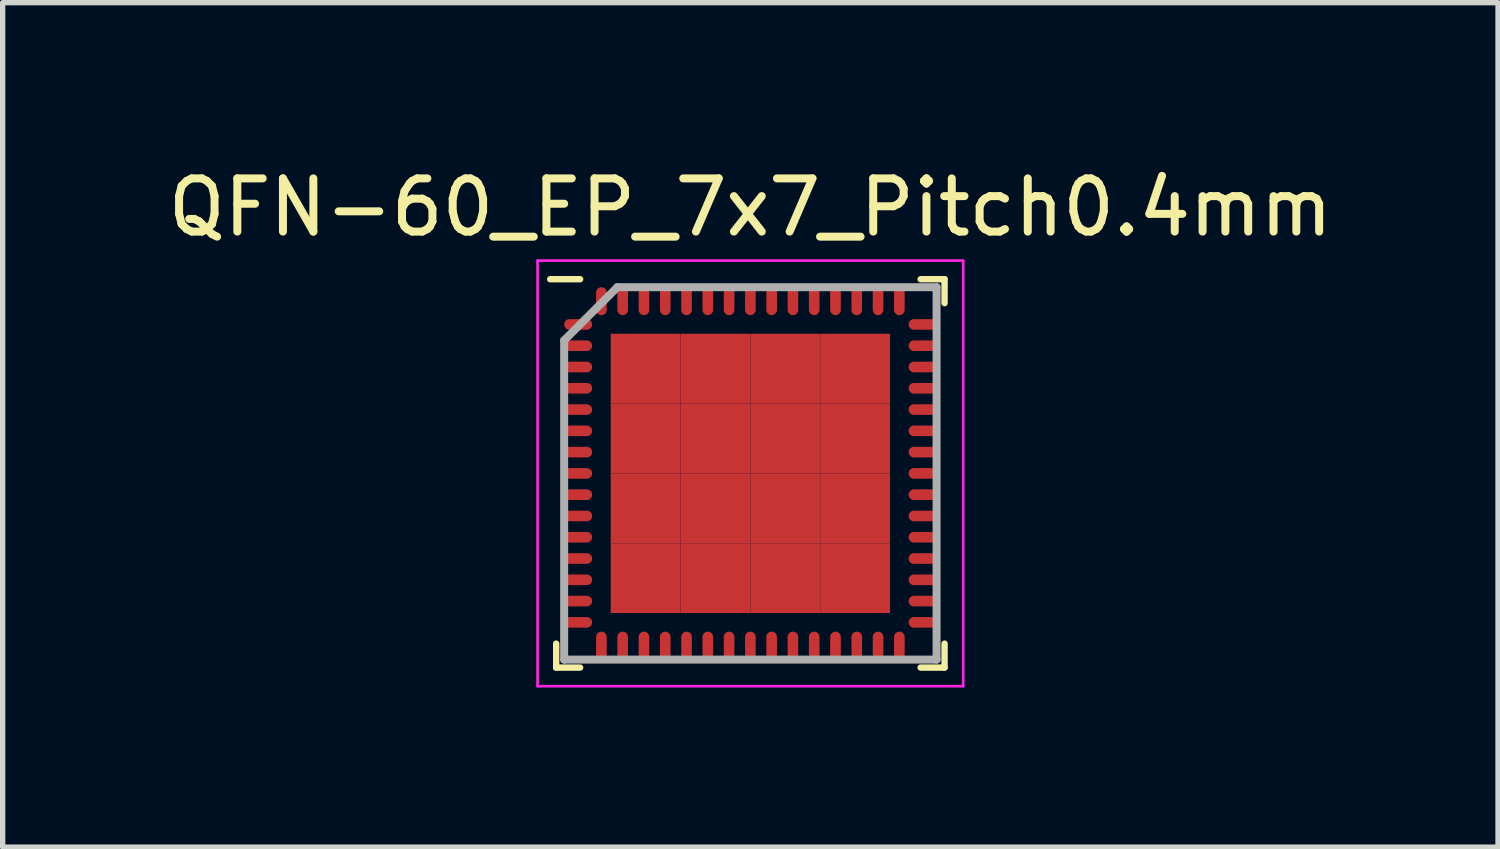
<source format=kicad_pcb>
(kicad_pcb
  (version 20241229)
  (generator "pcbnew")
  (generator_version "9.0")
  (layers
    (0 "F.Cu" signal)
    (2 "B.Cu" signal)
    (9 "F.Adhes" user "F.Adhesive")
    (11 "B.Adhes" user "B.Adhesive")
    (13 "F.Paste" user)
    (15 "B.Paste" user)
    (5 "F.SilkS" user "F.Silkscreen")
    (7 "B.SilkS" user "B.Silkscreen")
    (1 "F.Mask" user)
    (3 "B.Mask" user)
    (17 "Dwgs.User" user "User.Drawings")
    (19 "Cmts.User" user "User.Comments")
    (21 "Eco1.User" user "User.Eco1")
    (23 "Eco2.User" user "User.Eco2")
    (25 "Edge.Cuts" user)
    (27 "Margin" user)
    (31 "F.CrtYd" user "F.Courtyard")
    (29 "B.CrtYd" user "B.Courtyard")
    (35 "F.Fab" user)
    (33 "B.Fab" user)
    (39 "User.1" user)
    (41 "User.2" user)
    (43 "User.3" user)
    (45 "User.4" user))
  (footprint "QFN-60_EP_7x7_Pitch0.4mm"
    (layer "F.Cu")
    (at 11.054 5.848)
    (property "Reference" "QFN-60_EP_7x7_Pitch0.4mm" (at 0 -5 0) (layer "F.SilkS") (effects (font (size 1 1) (thickness 0.15))))
    (attr smd)
    (fp_line (start -3.65 3.65) (end -3.65 3.2) (stroke (width 0.12) (type solid)) (layer "F.SilkS"))
    (fp_line (start -3.2 -3.65) (end -3.763 -3.65) (stroke (width 0.12) (type solid)) (layer "F.SilkS"))
    (fp_line (start -3.2 3.65) (end -3.65 3.65) (stroke (width 0.12) (type solid)) (layer "F.SilkS"))
    (fp_line (start 3.2 -3.65) (end 3.65 -3.65) (stroke (width 0.12) (type solid)) (layer "F.SilkS"))
    (fp_line (start 3.2 3.65) (end 3.65 3.65) (stroke (width 0.12) (type solid)) (layer "F.SilkS"))
    (fp_line (start 3.65 -3.65) (end 3.65 -3.2) (stroke (width 0.12) (type solid)) (layer "F.SilkS"))
    (fp_line (start 3.65 3.65) (end 3.65 3.2) (stroke (width 0.12) (type solid)) (layer "F.SilkS"))
    (fp_line (start -4 -4) (end 4 -4) (stroke (width 0.05) (type solid)) (layer "F.CrtYd"))
    (fp_line (start -4 4) (end -4 -4) (stroke (width 0.05) (type solid)) (layer "F.CrtYd"))
    (fp_line (start 4 -4) (end 4 4) (stroke (width 0.05) (type solid)) (layer "F.CrtYd"))
    (fp_line (start 4 4) (end -4 4) (stroke (width 0.05) (type solid)) (layer "F.CrtYd"))
    (fp_line (start -3.5 -2.5) (end -3.5 3.5) (stroke (width 0.15) (type solid)) (layer "F.Fab"))
    (fp_line (start -3.5 3.5) (end 3.5 3.5) (stroke (width 0.15) (type solid)) (layer "F.Fab"))
    (fp_line (start -2.5 -3.5) (end -3.5 -2.5) (stroke (width 0.15) (type solid)) (layer "F.Fab"))
    (fp_line (start 3.5 -3.5) (end -2.5 -3.5) (stroke (width 0.15) (type solid)) (layer "F.Fab"))
    (fp_line (start 3.5 3.5) (end 3.5 -3.5) (stroke (width 0.15) (type solid)) (layer "F.Fab"))
    (pad "1" smd oval (at -3.237 -2.8 90) (size 0.2 0.525) (layers "F.Cu" "F.Mask" "F.Paste"))
    (pad "2" smd oval (at -3.237 -2.4 90) (size 0.2 0.525) (layers "F.Cu" "F.Mask" "F.Paste"))
    (pad "3" smd oval (at -3.237 -2 90) (size 0.2 0.525) (layers "F.Cu" "F.Mask" "F.Paste"))
    (pad "4" smd oval (at -3.237 -1.6 90) (size 0.2 0.525) (layers "F.Cu" "F.Mask" "F.Paste"))
    (pad "5" smd oval (at -3.237 -1.2 90) (size 0.2 0.525) (layers "F.Cu" "F.Mask" "F.Paste"))
    (pad "6" smd oval (at -3.237 -0.8 90) (size 0.2 0.525) (layers "F.Cu" "F.Mask" "F.Paste"))
    (pad "7" smd oval (at -3.237 -0.4 90) (size 0.2 0.525) (layers "F.Cu" "F.Mask" "F.Paste"))
    (pad "8" smd oval (at -3.237 0 90) (size 0.2 0.525) (layers "F.Cu" "F.Mask" "F.Paste"))
    (pad "9" smd oval (at -3.237 0.4 90) (size 0.2 0.525) (layers "F.Cu" "F.Mask" "F.Paste"))
    (pad "10" smd oval (at -3.237 0.8 90) (size 0.2 0.525) (layers "F.Cu" "F.Mask" "F.Paste"))
    (pad "11" smd oval (at -3.237 1.2 90) (size 0.2 0.525) (layers "F.Cu" "F.Mask" "F.Paste"))
    (pad "12" smd oval (at -3.237 1.6 90) (size 0.2 0.525) (layers "F.Cu" "F.Mask" "F.Paste"))
    (pad "13" smd oval (at -3.237 2 90) (size 0.2 0.525) (layers "F.Cu" "F.Mask" "F.Paste"))
    (pad "14" smd oval (at -3.237 2.4 90) (size 0.2 0.525) (layers "F.Cu" "F.Mask" "F.Paste"))
    (pad "15" smd oval (at -3.237 2.8 90) (size 0.2 0.525) (layers "F.Cu" "F.Mask" "F.Paste"))
    (pad "16" smd oval (at -2.8 3.237) (size 0.2 0.525) (layers "F.Cu" "F.Mask" "F.Paste"))
    (pad "17" smd oval (at -2.4 3.237) (size 0.2 0.525) (layers "F.Cu" "F.Mask" "F.Paste"))
    (pad "18" smd oval (at -2 3.237) (size 0.2 0.525) (layers "F.Cu" "F.Mask" "F.Paste"))
    (pad "19" smd oval (at -1.6 3.237) (size 0.2 0.525) (layers "F.Cu" "F.Mask" "F.Paste"))
    (pad "20" smd oval (at -1.2 3.237) (size 0.2 0.525) (layers "F.Cu" "F.Mask" "F.Paste"))
    (pad "21" smd oval (at -0.8 3.237) (size 0.2 0.525) (layers "F.Cu" "F.Mask" "F.Paste"))
    (pad "22" smd oval (at -0.4 3.237) (size 0.2 0.525) (layers "F.Cu" "F.Mask" "F.Paste"))
    (pad "23" smd oval (at 0 3.237) (size 0.2 0.525) (layers "F.Cu" "F.Mask" "F.Paste"))
    (pad "24" smd oval (at 0.4 3.237) (size 0.2 0.525) (layers "F.Cu" "F.Mask" "F.Paste"))
    (pad "25" smd oval (at 0.8 3.237) (size 0.2 0.525) (layers "F.Cu" "F.Mask" "F.Paste"))
    (pad "26" smd oval (at 1.2 3.237) (size 0.2 0.525) (layers "F.Cu" "F.Mask" "F.Paste"))
    (pad "27" smd oval (at 1.6 3.237) (size 0.2 0.525) (layers "F.Cu" "F.Mask" "F.Paste"))
    (pad "28" smd oval (at 2 3.237) (size 0.2 0.525) (layers "F.Cu" "F.Mask" "F.Paste"))
    (pad "29" smd oval (at 2.4 3.237) (size 0.2 0.525) (layers "F.Cu" "F.Mask" "F.Paste"))
    (pad "30" smd oval (at 2.8 3.237) (size 0.2 0.525) (layers "F.Cu" "F.Mask" "F.Paste"))
    (pad "31" smd oval (at 3.237 2.8 90) (size 0.2 0.525) (layers "F.Cu" "F.Mask" "F.Paste"))
    (pad "32" smd oval (at 3.237 2.4 90) (size 0.2 0.525) (layers "F.Cu" "F.Mask" "F.Paste"))
    (pad "33" smd oval (at 3.237 2 90) (size 0.2 0.525) (layers "F.Cu" "F.Mask" "F.Paste"))
    (pad "34" smd oval (at 3.237 1.6 90) (size 0.2 0.525) (layers "F.Cu" "F.Mask" "F.Paste"))
    (pad "35" smd oval (at 3.237 1.2 90) (size 0.2 0.525) (layers "F.Cu" "F.Mask" "F.Paste"))
    (pad "36" smd oval (at 3.237 0.8 90) (size 0.2 0.525) (layers "F.Cu" "F.Mask" "F.Paste"))
    (pad "37" smd oval (at 3.237 0.4 90) (size 0.2 0.525) (layers "F.Cu" "F.Mask" "F.Paste"))
    (pad "38" smd oval (at 3.237 0 90) (size 0.2 0.525) (layers "F.Cu" "F.Mask" "F.Paste"))
    (pad "39" smd oval (at 3.237 -0.4 90) (size 0.2 0.525) (layers "F.Cu" "F.Mask" "F.Paste"))
    (pad "40" smd oval (at 3.237 -0.8 90) (size 0.2 0.525) (layers "F.Cu" "F.Mask" "F.Paste"))
    (pad "41" smd oval (at 3.237 -1.2 90) (size 0.2 0.525) (layers "F.Cu" "F.Mask" "F.Paste"))
    (pad "42" smd oval (at 3.237 -1.6 90) (size 0.2 0.525) (layers "F.Cu" "F.Mask" "F.Paste"))
    (pad "43" smd oval (at 3.237 -2 90) (size 0.2 0.525) (layers "F.Cu" "F.Mask" "F.Paste"))
    (pad "44" smd oval (at 3.237 -2.4 90) (size 0.2 0.525) (layers "F.Cu" "F.Mask" "F.Paste"))
    (pad "45" smd oval (at 3.237 -2.8 90) (size 0.2 0.525) (layers "F.Cu" "F.Mask" "F.Paste"))
    (pad "46" smd oval (at 2.8 -3.237) (size 0.2 0.525) (layers "F.Cu" "F.Mask" "F.Paste"))
    (pad "47" smd oval (at 2.4 -3.237) (size 0.2 0.525) (layers "F.Cu" "F.Mask" "F.Paste"))
    (pad "48" smd oval (at 2 -3.237) (size 0.2 0.525) (layers "F.Cu" "F.Mask" "F.Paste"))
    (pad "49" smd oval (at 1.6 -3.237) (size 0.2 0.525) (layers "F.Cu" "F.Mask" "F.Paste"))
    (pad "50" smd oval (at 1.2 -3.237) (size 0.2 0.525) (layers "F.Cu" "F.Mask" "F.Paste"))
    (pad "51" smd oval (at 0.8 -3.237) (size 0.2 0.525) (layers "F.Cu" "F.Mask" "F.Paste"))
    (pad "52" smd oval (at 0.4 -3.237) (size 0.2 0.525) (layers "F.Cu" "F.Mask" "F.Paste"))
    (pad "53" smd oval (at 0 -3.237) (size 0.2 0.525) (layers "F.Cu" "F.Mask" "F.Paste"))
    (pad "54" smd oval (at -0.4 -3.237) (size 0.2 0.525) (layers "F.Cu" "F.Mask" "F.Paste"))
    (pad "55" smd oval (at -0.8 -3.237) (size 0.2 0.525) (layers "F.Cu" "F.Mask" "F.Paste"))
    (pad "56" smd oval (at -1.2 -3.237) (size 0.2 0.525) (layers "F.Cu" "F.Mask" "F.Paste"))
    (pad "57" smd oval (at -1.6 -3.237) (size 0.2 0.525) (layers "F.Cu" "F.Mask" "F.Paste"))
    (pad "58" smd oval (at -2 -3.237) (size 0.2 0.525) (layers "F.Cu" "F.Mask" "F.Paste"))
    (pad "59" smd oval (at -2.4 -3.237) (size 0.2 0.525) (layers "F.Cu" "F.Mask" "F.Paste"))
    (pad "60" smd oval (at -2.8 -3.237) (size 0.2 0.525) (layers "F.Cu" "F.Mask" "F.Paste"))
    (pad "61" smd rect (at -1.969 -1.969) (size 1.312 1.312) (layers "F.Cu" "F.Mask" "F.Paste"))
    (pad "61" smd rect (at -1.969 -0.656) (size 1.312 1.312) (layers "F.Cu" "F.Mask" "F.Paste"))
    (pad "61" smd rect (at -1.969 0.656) (size 1.312 1.312) (layers "F.Cu" "F.Mask" "F.Paste"))
    (pad "61" smd rect (at -1.969 1.969) (size 1.312 1.312) (layers "F.Cu" "F.Mask" "F.Paste"))
    (pad "61" smd rect (at -0.656 -1.969) (size 1.312 1.312) (layers "F.Cu" "F.Mask" "F.Paste"))
    (pad "61" smd rect (at -0.656 -0.656) (size 1.312 1.312) (layers "F.Cu" "F.Mask" "F.Paste"))
    (pad "61" smd rect (at -0.656 0.656) (size 1.312 1.312) (layers "F.Cu" "F.Mask" "F.Paste"))
    (pad "61" smd rect (at -0.656 1.969) (size 1.312 1.312) (layers "F.Cu" "F.Mask" "F.Paste"))
    (pad "61" smd rect (at 0.656 -1.969) (size 1.312 1.312) (layers "F.Cu" "F.Mask" "F.Paste"))
    (pad "61" smd rect (at 0.656 -0.656) (size 1.312 1.312) (layers "F.Cu" "F.Mask" "F.Paste"))
    (pad "61" smd rect (at 0.656 0.656) (size 1.312 1.312) (layers "F.Cu" "F.Mask" "F.Paste"))
    (pad "61" smd rect (at 0.656 1.969) (size 1.312 1.312) (layers "F.Cu" "F.Mask" "F.Paste"))
    (pad "61" smd rect (at 1.969 -1.969) (size 1.312 1.312) (layers "F.Cu" "F.Mask" "F.Paste"))
    (pad "61" smd rect (at 1.969 -0.656) (size 1.312 1.312) (layers "F.Cu" "F.Mask" "F.Paste"))
    (pad "61" smd rect (at 1.969 0.656) (size 1.312 1.312) (layers "F.Cu" "F.Mask" "F.Paste"))
    (pad "61" smd rect (at 1.969 1.969) (size 1.312 1.312) (layers "F.Cu" "F.Mask" "F.Paste")))
  (gr_rect
    (start -3 -3)
    (end 25.107 12.873)
    (stroke (width 0.1) (type default))
    (fill no)
    (layer "Edge.Cuts")))
</source>
